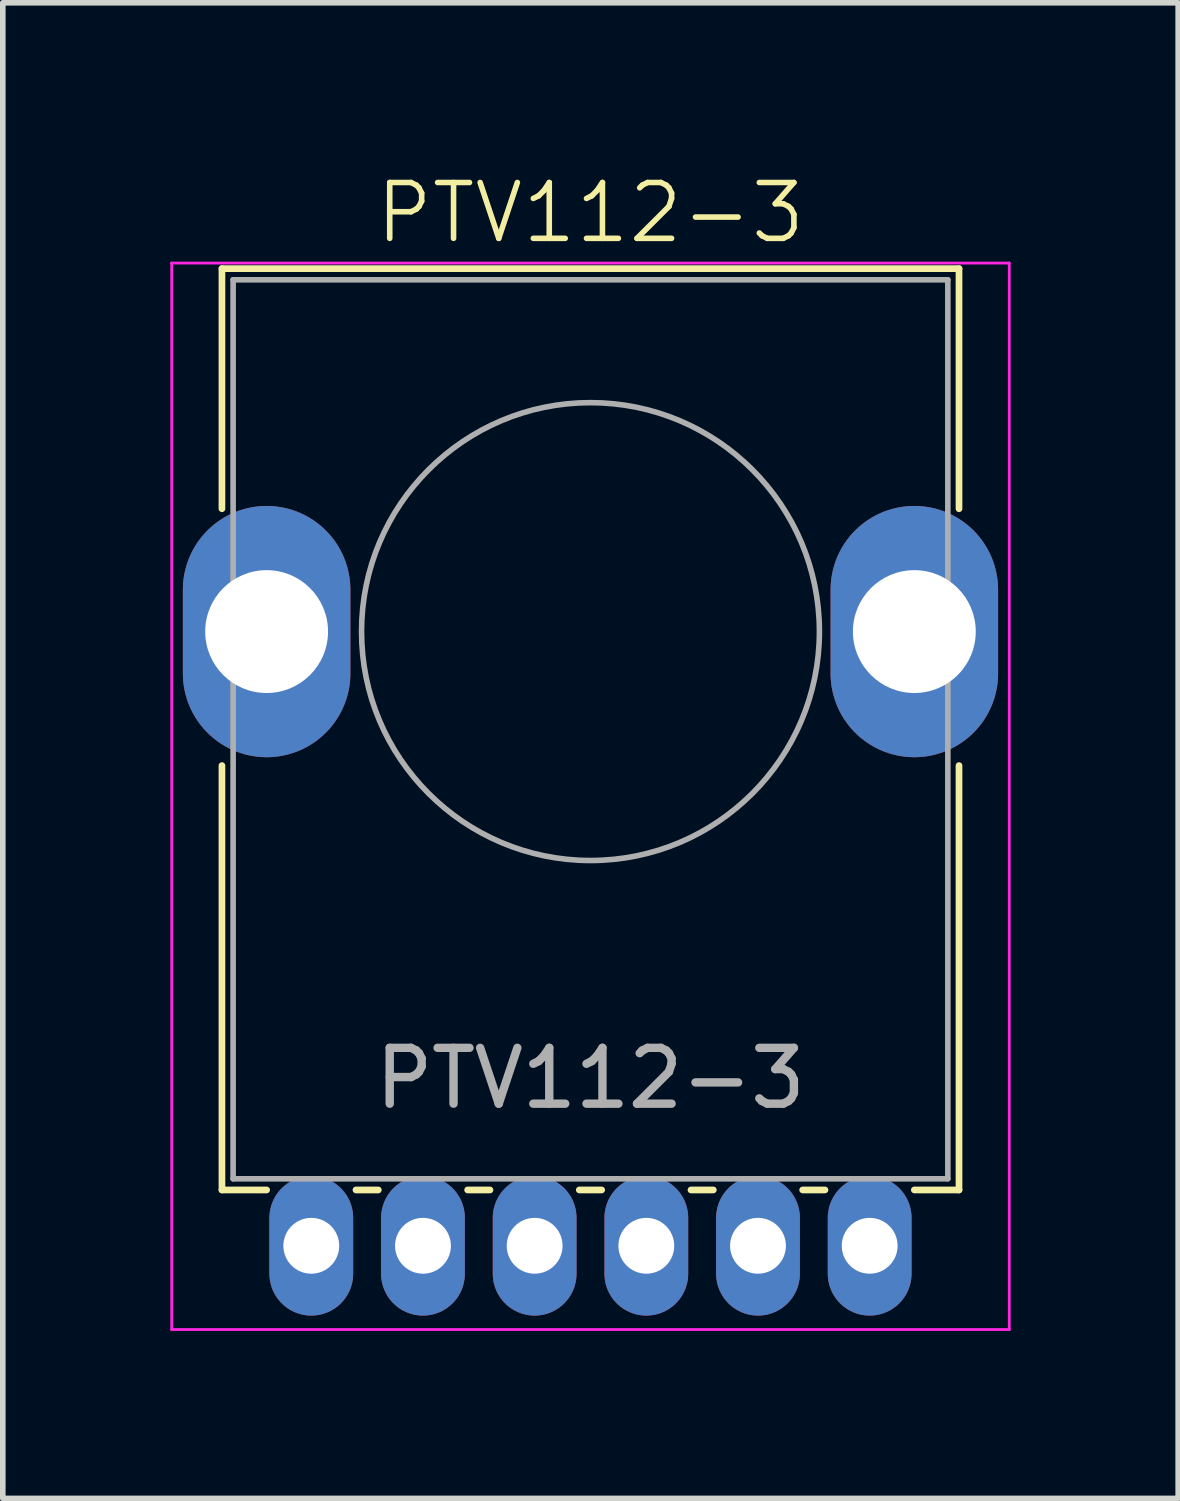
<source format=kicad_pcb>
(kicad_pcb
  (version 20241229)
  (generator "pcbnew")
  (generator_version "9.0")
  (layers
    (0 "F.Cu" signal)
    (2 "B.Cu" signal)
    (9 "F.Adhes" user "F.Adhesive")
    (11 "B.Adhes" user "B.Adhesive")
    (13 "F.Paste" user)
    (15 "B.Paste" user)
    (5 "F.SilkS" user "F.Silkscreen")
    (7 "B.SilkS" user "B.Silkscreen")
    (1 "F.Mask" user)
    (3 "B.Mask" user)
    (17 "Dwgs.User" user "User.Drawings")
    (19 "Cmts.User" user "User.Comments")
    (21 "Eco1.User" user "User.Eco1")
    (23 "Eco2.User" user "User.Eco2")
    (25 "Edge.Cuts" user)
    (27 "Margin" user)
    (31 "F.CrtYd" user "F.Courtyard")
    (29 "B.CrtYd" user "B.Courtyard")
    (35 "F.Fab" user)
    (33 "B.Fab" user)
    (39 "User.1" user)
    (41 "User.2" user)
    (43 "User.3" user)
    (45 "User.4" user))
  (footprint "PTV112-3"
    (layer "F.Cu")
    (at 7.525 8.261)
    (property "Reference" "PTV112-3" (at 0 -7.5 0) (unlocked yes) (layer "F.SilkS") (effects (font (size 1 1) (thickness 0.1))))
    (attr smd)
    (fp_line (start -6.6 -6.5) (end 6.6 -6.5) (stroke (width 0.12) (type solid)) (layer "F.SilkS"))
    (fp_line (start -6.6 -2.2) (end -6.6 -6.5) (stroke (width 0.12) (type solid)) (layer "F.SilkS"))
    (fp_line (start -6.6 10) (end -6.6 2.4) (stroke (width 0.12) (type solid)) (layer "F.SilkS"))
    (fp_line (start -6.6 10) (end -5.8 10) (stroke (width 0.12) (type solid)) (layer "F.SilkS"))
    (fp_line (start -4.2 10) (end -3.8 10) (stroke (width 0.12) (type solid)) (layer "F.SilkS"))
    (fp_line (start -2.2 10) (end -1.8 10) (stroke (width 0.12) (type solid)) (layer "F.SilkS"))
    (fp_line (start -0.2 10) (end 0.2 10) (stroke (width 0.12) (type solid)) (layer "F.SilkS"))
    (fp_line (start 1.8 10) (end 2.2 10) (stroke (width 0.12) (type solid)) (layer "F.SilkS"))
    (fp_line (start 3.8 10) (end 4.2 10) (stroke (width 0.12) (type solid)) (layer "F.SilkS"))
    (fp_line (start 5.8 10) (end 6.6 10) (stroke (width 0.12) (type solid)) (layer "F.SilkS"))
    (fp_line (start 6.6 -2.2) (end 6.6 -6.5) (stroke (width 0.12) (type solid)) (layer "F.SilkS"))
    (fp_line (start 6.6 10) (end 6.6 2.4) (stroke (width 0.12) (type solid)) (layer "F.SilkS"))
    (fp_line (start -7.5 -6.6) (end -7.5 12.5) (stroke (width 0.05) (type solid)) (layer "F.CrtYd"))
    (fp_line (start -7.5 12.5) (end 7.5 12.5) (stroke (width 0.05) (type solid)) (layer "F.CrtYd"))
    (fp_line (start 7.5 -6.6) (end -7.5 -6.6) (stroke (width 0.05) (type solid)) (layer "F.CrtYd"))
    (fp_line (start 7.5 12.5) (end 7.5 -6.6) (stroke (width 0.05) (type solid)) (layer "F.CrtYd"))
    (fp_line (start -6.4 -6.3) (end -6.4 9.8) (stroke (width 0.1) (type solid)) (layer "F.Fab"))
    (fp_line (start -6.4 9.8) (end 6.4 9.8) (stroke (width 0.1) (type solid)) (layer "F.Fab"))
    (fp_line (start 6.4 -6.3) (end -6.4 -6.3) (stroke (width 0.1) (type solid)) (layer "F.Fab"))
    (fp_line (start 6.4 9.8) (end 6.4 -6.3) (stroke (width 0.1) (type solid)) (layer "F.Fab"))
    (fp_circle (center 0 0) (end 4.1 0) (stroke (width 0.1) (type solid)) (fill no) (layer "F.Fab"))
    (fp_text user "${REFERENCE}" (at 0 8 0) (unlocked yes) (layer "F.Fab") (effects (font (size 1 1) (thickness 0.15))))
    (pad "" np_thru_hole oval (at -5.8 0 90) (size 4.5 3) (drill 2.2) (layers "*.Cu" "*.Mask"))
    (pad "" np_thru_hole oval (at 5.8 0 90) (size 4.5 3) (drill 2.2) (layers "*.Cu" "*.Mask"))
    (pad "1" thru_hole oval (at -1 11 90) (size 2.5 1.5) (drill 1) (layers "*.Cu" "*.Mask"))
    (pad "2" thru_hole oval (at 1 11 90) (size 2.5 1.5) (drill 1) (layers "*.Cu" "*.Mask"))
    (pad "3" thru_hole oval (at 3 11 90) (size 2.5 1.5) (drill 1) (layers "*.Cu" "*.Mask"))
    (pad "4" thru_hole oval (at -3 11 90) (size 2.5 1.5) (drill 1) (layers "*.Cu" "*.Mask"))
    (pad "5" thru_hole oval (at -5 11 90) (size 2.5 1.5) (drill 1) (layers "*.Cu" "*.Mask"))
    (pad "6" thru_hole oval (at 5 11 90) (size 2.5 1.5) (drill 1) (layers "*.Cu" "*.Mask")))
  (gr_rect
    (start -3 -3)
    (end 18.05 23.785)
    (stroke (width 0.1) (type default))
    (fill no)
    (layer "Edge.Cuts")))
</source>
